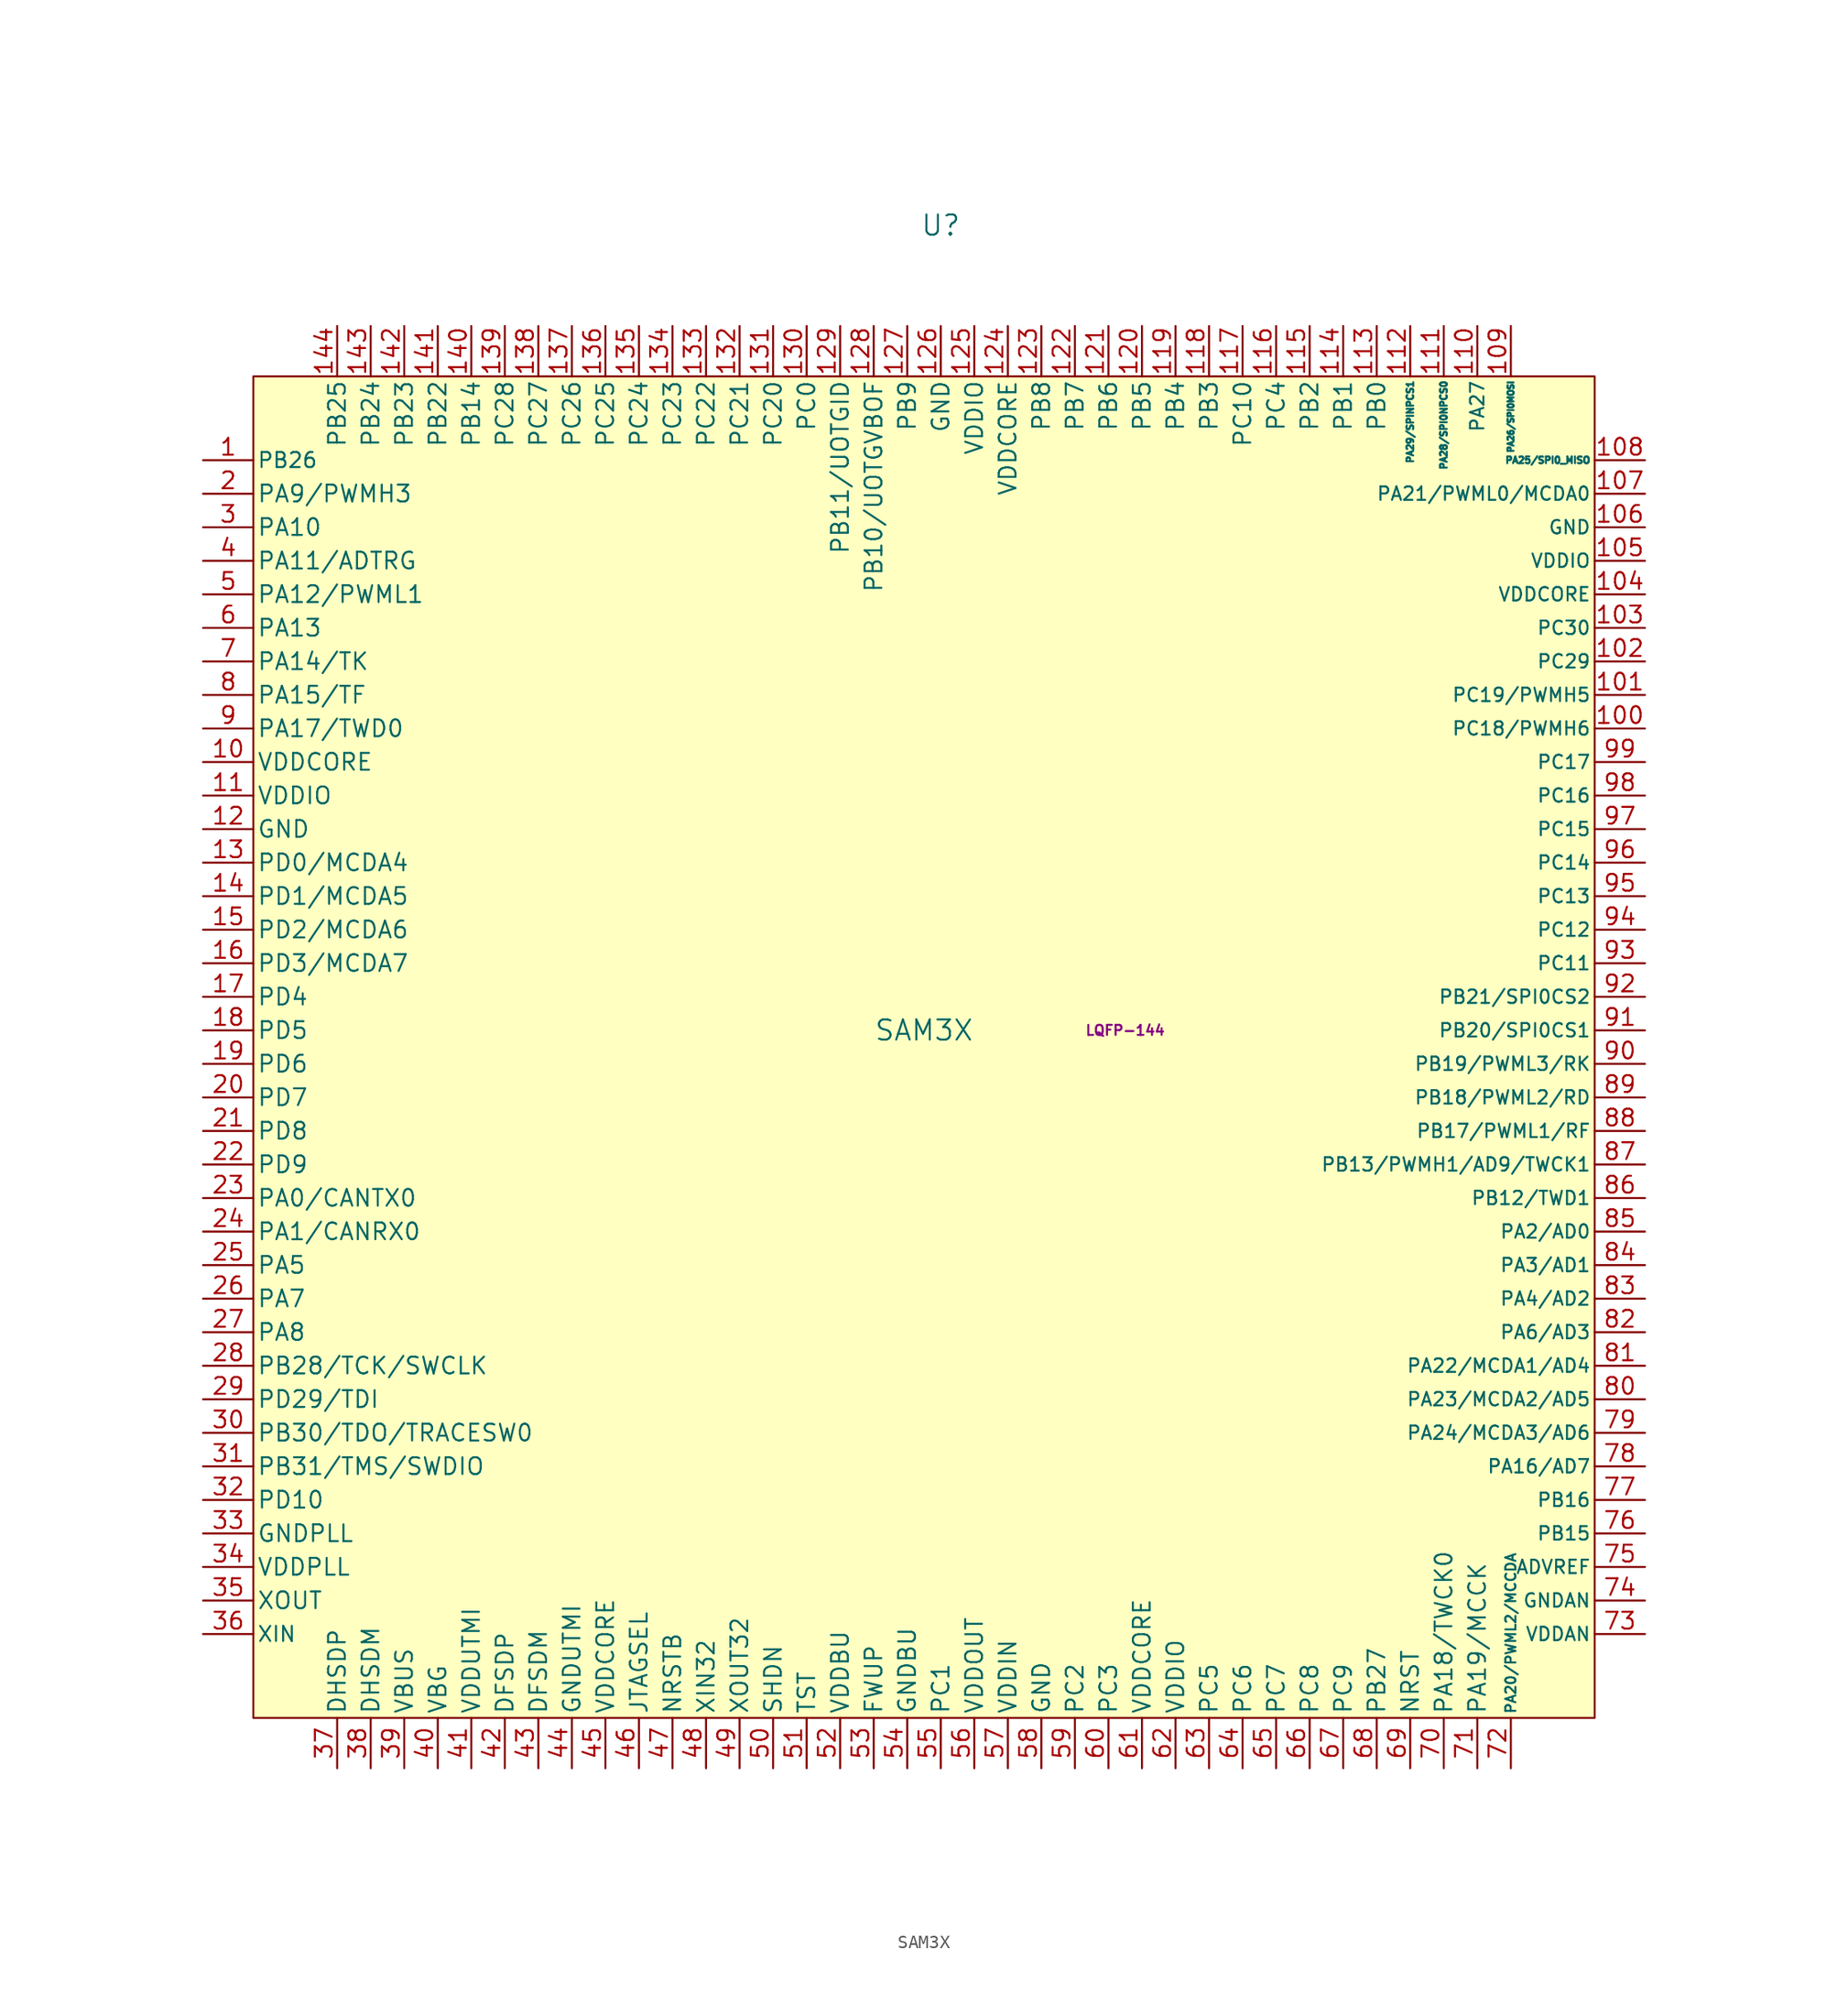
<source format=kicad_sym>
(kicad_symbol_lib
  (version 20220914)
  (generator kicad_symbol_editor)
  (symbol "SAM3X"
    (pin_names
      (offset 0.254))
    (property "Reference" "U"
      (at 1.27 62.23 0)
      (effects (font (size 1.524 1.524))))
    (property "Value" "SAM3X"
      (at 0 1.27 0)
      (effects (font (size 1.524 1.524))))
    (property "Footprint" "LQFP-144"
      (at 15.24 1.27 0)
      (effects (font (size 0.762 0.762))))
    (property "Datasheet" ""
      (at 0 0 0)
      (effects (font (size 1.524 1.524))))
    (symbol "SAM3X_0_1"
      (rectangle (start -50.8 50.8) (end 50.8 -50.8) (stroke (width 0) (type default)) (fill (type background))))
    (symbol "SAM3X_1_1"
      (pin input line (at -54.61 44.45 0) (length 3.81) (name "PB26" (effects (font (size 1.143 1.143)))) (number "1" (effects (font (size 1.27 1.27)))))
      (pin input line (at -54.61 21.59 0) (length 3.81) (name "VDDCORE" (effects (font (size 1.27 1.27)))) (number "10" (effects (font (size 1.27 1.27)))))
      (pin input line (at 54.61 24.13 180) (length 3.81) (name "PC18/PWMH6" (effects (font (size 1.016 1.016)))) (number "100" (effects (font (size 1.27 1.27)))))
      (pin input line (at 54.61 26.67 180) (length 3.81) (name "PC19/PWMH5" (effects (font (size 1.016 1.016)))) (number "101" (effects (font (size 1.27 1.27)))))
      (pin input line (at 54.61 29.21 180) (length 3.81) (name "PC29" (effects (font (size 1.016 1.016)))) (number "102" (effects (font (size 1.27 1.27)))))
      (pin input line (at 54.61 31.75 180) (length 3.81) (name "PC30" (effects (font (size 1.016 1.016)))) (number "103" (effects (font (size 1.27 1.27)))))
      (pin input line (at 54.61 34.29 180) (length 3.81) (name "VDDCORE" (effects (font (size 1.016 1.016)))) (number "104" (effects (font (size 1.27 1.27)))))
      (pin input line (at 54.61 36.83 180) (length 3.81) (name "VDDIO" (effects (font (size 1.016 1.016)))) (number "105" (effects (font (size 1.27 1.27)))))
      (pin input line (at 54.61 39.37 180) (length 3.81) (name "GND" (effects (font (size 1.016 1.016)))) (number "106" (effects (font (size 1.27 1.27)))))
      (pin input line (at 54.61 41.91 180) (length 3.81) (name "PA21/PWML0/MCDA0" (effects (font (size 1.016 1.016)))) (number "107" (effects (font (size 1.27 1.27)))))
      (pin input line (at 54.61 44.45 180) (length 3.81) (name "PA25/SPI0_MISO" (effects (font (size 0.508 0.508)))) (number "108" (effects (font (size 1.27 1.27)))))
      (pin input line (at 44.45 54.61 270) (length 3.81) (name "PA26/SPI0MOSI" (effects (font (size 0.457 0.457)))) (number "109" (effects (font (size 1.27 1.27)))))
      (pin input line (at -54.61 19.05 0) (length 3.81) (name "VDDIO" (effects (font (size 1.27 1.27)))) (number "11" (effects (font (size 1.27 1.27)))))
      (pin input line (at 41.91 54.61 270) (length 3.81) (name "PA27" (effects (font (size 1.016 1.016)))) (number "110" (effects (font (size 1.27 1.27)))))
      (pin input line (at 39.37 54.61 270) (length 3.81) (name "PA28/SPI0NPCS0" (effects (font (size 0.508 0.508)))) (number "111" (effects (font (size 1.27 1.27)))))
      (pin input line (at 36.83 54.61 270) (length 3.81) (name "PA29/SPINPCS1" (effects (font (size 0.508 0.508)))) (number "112" (effects (font (size 1.27 1.27)))))
      (pin input line (at 34.29 54.61 270) (length 3.81) (name "PB0" (effects (font (size 1.27 1.27)))) (number "113" (effects (font (size 1.27 1.27)))))
      (pin input line (at 31.75 54.61 270) (length 3.81) (name "PB1" (effects (font (size 1.27 1.27)))) (number "114" (effects (font (size 1.27 1.27)))))
      (pin input line (at 29.21 54.61 270) (length 3.81) (name "PB2" (effects (font (size 1.27 1.27)))) (number "115" (effects (font (size 1.27 1.27)))))
      (pin input line (at 26.67 54.61 270) (length 3.81) (name "PC4" (effects (font (size 1.27 1.27)))) (number "116" (effects (font (size 1.27 1.27)))))
      (pin input line (at 24.13 54.61 270) (length 3.81) (name "PC10" (effects (font (size 1.27 1.27)))) (number "117" (effects (font (size 1.27 1.27)))))
      (pin input line (at 21.59 54.61 270) (length 3.81) (name "PB3" (effects (font (size 1.27 1.27)))) (number "118" (effects (font (size 1.27 1.27)))))
      (pin input line (at 19.05 54.61 270) (length 3.81) (name "PB4" (effects (font (size 1.27 1.27)))) (number "119" (effects (font (size 1.27 1.27)))))
      (pin input line (at -54.61 16.51 0) (length 3.81) (name "GND" (effects (font (size 1.27 1.27)))) (number "12" (effects (font (size 1.27 1.27)))))
      (pin input line (at 16.51 54.61 270) (length 3.81) (name "PB5" (effects (font (size 1.27 1.27)))) (number "120" (effects (font (size 1.27 1.27)))))
      (pin input line (at 13.97 54.61 270) (length 3.81) (name "PB6" (effects (font (size 1.27 1.27)))) (number "121" (effects (font (size 1.27 1.27)))))
      (pin input line (at 11.43 54.61 270) (length 3.81) (name "PB7" (effects (font (size 1.27 1.27)))) (number "122" (effects (font (size 1.27 1.27)))))
      (pin input line (at 8.89 54.61 270) (length 3.81) (name "PB8" (effects (font (size 1.27 1.27)))) (number "123" (effects (font (size 1.27 1.27)))))
      (pin input line (at 6.35 54.61 270) (length 3.81) (name "VDDCORE" (effects (font (size 1.27 1.27)))) (number "124" (effects (font (size 1.27 1.27)))))
      (pin input line (at 3.81 54.61 270) (length 3.81) (name "VDDIO" (effects (font (size 1.27 1.27)))) (number "125" (effects (font (size 1.27 1.27)))))
      (pin input line (at 1.27 54.61 270) (length 3.81) (name "GND" (effects (font (size 1.27 1.27)))) (number "126" (effects (font (size 1.27 1.27)))))
      (pin input line (at -1.27 54.61 270) (length 3.81) (name "PB9" (effects (font (size 1.27 1.27)))) (number "127" (effects (font (size 1.27 1.27)))))
      (pin input line (at -3.81 54.61 270) (length 3.81) (name "PB10/UOTGVBOF" (effects (font (size 1.27 1.27)))) (number "128" (effects (font (size 1.27 1.27)))))
      (pin input line (at -6.35 54.61 270) (length 3.81) (name "PB11/UOTGID" (effects (font (size 1.27 1.27)))) (number "129" (effects (font (size 1.27 1.27)))))
      (pin input line (at -54.61 13.97 0) (length 3.81) (name "PD0/MCDA4" (effects (font (size 1.27 1.27)))) (number "13" (effects (font (size 1.27 1.27)))))
      (pin input line (at -8.89 54.61 270) (length 3.81) (name "PC0" (effects (font (size 1.27 1.27)))) (number "130" (effects (font (size 1.27 1.27)))))
      (pin input line (at -11.43 54.61 270) (length 3.81) (name "PC20" (effects (font (size 1.27 1.27)))) (number "131" (effects (font (size 1.27 1.27)))))
      (pin input line (at -13.97 54.61 270) (length 3.81) (name "PC21" (effects (font (size 1.27 1.27)))) (number "132" (effects (font (size 1.27 1.27)))))
      (pin input line (at -16.51 54.61 270) (length 3.81) (name "PC22" (effects (font (size 1.27 1.27)))) (number "133" (effects (font (size 1.27 1.27)))))
      (pin input line (at -19.05 54.61 270) (length 3.81) (name "PC23" (effects (font (size 1.27 1.27)))) (number "134" (effects (font (size 1.27 1.27)))))
      (pin input line (at -21.59 54.61 270) (length 3.81) (name "PC24" (effects (font (size 1.27 1.27)))) (number "135" (effects (font (size 1.27 1.27)))))
      (pin input line (at -24.13 54.61 270) (length 3.81) (name "PC25" (effects (font (size 1.27 1.27)))) (number "136" (effects (font (size 1.27 1.27)))))
      (pin input line (at -26.67 54.61 270) (length 3.81) (name "PC26" (effects (font (size 1.27 1.27)))) (number "137" (effects (font (size 1.27 1.27)))))
      (pin input line (at -29.21 54.61 270) (length 3.81) (name "PC27" (effects (font (size 1.27 1.27)))) (number "138" (effects (font (size 1.27 1.27)))))
      (pin input line (at -31.75 54.61 270) (length 3.81) (name "PC28" (effects (font (size 1.27 1.27)))) (number "139" (effects (font (size 1.27 1.27)))))
      (pin input line (at -54.61 11.43 0) (length 3.81) (name "PD1/MCDA5" (effects (font (size 1.27 1.27)))) (number "14" (effects (font (size 1.27 1.27)))))
      (pin input line (at -34.29 54.61 270) (length 3.81) (name "PB14" (effects (font (size 1.27 1.27)))) (number "140" (effects (font (size 1.27 1.27)))))
      (pin input line (at -36.83 54.61 270) (length 3.81) (name "PB22" (effects (font (size 1.27 1.27)))) (number "141" (effects (font (size 1.27 1.27)))))
      (pin input line (at -39.37 54.61 270) (length 3.81) (name "PB23" (effects (font (size 1.27 1.27)))) (number "142" (effects (font (size 1.27 1.27)))))
      (pin input line (at -41.91 54.61 270) (length 3.81) (name "PB24" (effects (font (size 1.27 1.27)))) (number "143" (effects (font (size 1.27 1.27)))))
      (pin input line (at -44.45 54.61 270) (length 3.81) (name "PB25" (effects (font (size 1.27 1.27)))) (number "144" (effects (font (size 1.27 1.27)))))
      (pin input line (at -54.61 8.89 0) (length 3.81) (name "PD2/MCDA6" (effects (font (size 1.27 1.27)))) (number "15" (effects (font (size 1.27 1.27)))))
      (pin input line (at -54.61 6.35 0) (length 3.81) (name "PD3/MCDA7" (effects (font (size 1.27 1.27)))) (number "16" (effects (font (size 1.27 1.27)))))
      (pin input line (at -54.61 3.81 0) (length 3.81) (name "PD4" (effects (font (size 1.27 1.27)))) (number "17" (effects (font (size 1.27 1.27)))))
      (pin input line (at -54.61 1.27 0) (length 3.81) (name "PD5" (effects (font (size 1.27 1.27)))) (number "18" (effects (font (size 1.27 1.27)))))
      (pin input line (at -54.61 -1.27 0) (length 3.81) (name "PD6" (effects (font (size 1.27 1.27)))) (number "19" (effects (font (size 1.27 1.27)))))
      (pin input line (at -54.61 41.91 0) (length 3.81) (name "PA9/PWMH3" (effects (font (size 1.27 1.27)))) (number "2" (effects (font (size 1.27 1.27)))))
      (pin input line (at -54.61 -3.81 0) (length 3.81) (name "PD7" (effects (font (size 1.27 1.27)))) (number "20" (effects (font (size 1.27 1.27)))))
      (pin input line (at -54.61 -6.35 0) (length 3.81) (name "PD8" (effects (font (size 1.27 1.27)))) (number "21" (effects (font (size 1.27 1.27)))))
      (pin input line (at -54.61 -8.89 0) (length 3.81) (name "PD9" (effects (font (size 1.27 1.27)))) (number "22" (effects (font (size 1.27 1.27)))))
      (pin input line (at -54.61 -11.43 0) (length 3.81) (name "PA0/CANTX0" (effects (font (size 1.27 1.27)))) (number "23" (effects (font (size 1.27 1.27)))))
      (pin input line (at -54.61 -13.97 0) (length 3.81) (name "PA1/CANRX0" (effects (font (size 1.27 1.27)))) (number "24" (effects (font (size 1.27 1.27)))))
      (pin input line (at -54.61 -16.51 0) (length 3.81) (name "PA5" (effects (font (size 1.27 1.27)))) (number "25" (effects (font (size 1.27 1.27)))))
      (pin input line (at -54.61 -19.05 0) (length 3.81) (name "PA7" (effects (font (size 1.27 1.27)))) (number "26" (effects (font (size 1.27 1.27)))))
      (pin input line (at -54.61 -21.59 0) (length 3.81) (name "PA8" (effects (font (size 1.27 1.27)))) (number "27" (effects (font (size 1.27 1.27)))))
      (pin input line (at -54.61 -24.13 0) (length 3.81) (name "PB28/TCK/SWCLK" (effects (font (size 1.27 1.27)))) (number "28" (effects (font (size 1.27 1.27)))))
      (pin input line (at -54.61 -26.67 0) (length 3.81) (name "PD29/TDI" (effects (font (size 1.27 1.27)))) (number "29" (effects (font (size 1.27 1.27)))))
      (pin input line (at -54.61 39.37 0) (length 3.81) (name "PA10" (effects (font (size 1.27 1.27)))) (number "3" (effects (font (size 1.27 1.27)))))
      (pin input line (at -54.61 -29.21 0) (length 3.81) (name "PB30/TDO/TRACESW0" (effects (font (size 1.27 1.27)))) (number "30" (effects (font (size 1.27 1.27)))))
      (pin input line (at -54.61 -31.75 0) (length 3.81) (name "PB31/TMS/SWDIO" (effects (font (size 1.27 1.27)))) (number "31" (effects (font (size 1.27 1.27)))))
      (pin input line (at -54.61 -34.29 0) (length 3.81) (name "PD10" (effects (font (size 1.27 1.27)))) (number "32" (effects (font (size 1.27 1.27)))))
      (pin input line (at -54.61 -36.83 0) (length 3.81) (name "GNDPLL" (effects (font (size 1.27 1.27)))) (number "33" (effects (font (size 1.27 1.27)))))
      (pin input line (at -54.61 -39.37 0) (length 3.81) (name "VDDPLL" (effects (font (size 1.27 1.27)))) (number "34" (effects (font (size 1.27 1.27)))))
      (pin input line (at -54.61 -41.91 0) (length 3.81) (name "XOUT" (effects (font (size 1.27 1.27)))) (number "35" (effects (font (size 1.27 1.27)))))
      (pin input line (at -54.61 -44.45 0) (length 3.81) (name "XIN" (effects (font (size 1.143 1.143)))) (number "36" (effects (font (size 1.27 1.27)))))
      (pin input line (at -44.45 -54.61 90) (length 3.81) (name "DHSDP" (effects (font (size 1.27 1.27)))) (number "37" (effects (font (size 1.27 1.27)))))
      (pin input line (at -41.91 -54.61 90) (length 3.81) (name "DHSDM" (effects (font (size 1.27 1.27)))) (number "38" (effects (font (size 1.27 1.27)))))
      (pin input line (at -39.37 -54.61 90) (length 3.81) (name "VBUS" (effects (font (size 1.27 1.27)))) (number "39" (effects (font (size 1.27 1.27)))))
      (pin input line (at -54.61 36.83 0) (length 3.81) (name "PA11/ADTRG" (effects (font (size 1.27 1.27)))) (number "4" (effects (font (size 1.27 1.27)))))
      (pin input line (at -36.83 -54.61 90) (length 3.81) (name "VBG" (effects (font (size 1.27 1.27)))) (number "40" (effects (font (size 1.27 1.27)))))
      (pin input line (at -34.29 -54.61 90) (length 3.81) (name "VDDUTMI" (effects (font (size 1.27 1.27)))) (number "41" (effects (font (size 1.27 1.27)))))
      (pin input line (at -31.75 -54.61 90) (length 3.81) (name "DFSDP" (effects (font (size 1.27 1.27)))) (number "42" (effects (font (size 1.27 1.27)))))
      (pin input line (at -29.21 -54.61 90) (length 3.81) (name "DFSDM" (effects (font (size 1.27 1.27)))) (number "43" (effects (font (size 1.27 1.27)))))
      (pin input line (at -26.67 -54.61 90) (length 3.81) (name "GNDUTMI" (effects (font (size 1.27 1.27)))) (number "44" (effects (font (size 1.27 1.27)))))
      (pin input line (at -24.13 -54.61 90) (length 3.81) (name "VDDCORE" (effects (font (size 1.27 1.27)))) (number "45" (effects (font (size 1.27 1.27)))))
      (pin input line (at -21.59 -54.61 90) (length 3.81) (name "JTAGSEL" (effects (font (size 1.27 1.27)))) (number "46" (effects (font (size 1.27 1.27)))))
      (pin input line (at -19.05 -54.61 90) (length 3.81) (name "NRSTB" (effects (font (size 1.27 1.27)))) (number "47" (effects (font (size 1.27 1.27)))))
      (pin input line (at -16.51 -54.61 90) (length 3.81) (name "XIN32" (effects (font (size 1.27 1.27)))) (number "48" (effects (font (size 1.27 1.27)))))
      (pin input line (at -13.97 -54.61 90) (length 3.81) (name "XOUT32" (effects (font (size 1.27 1.27)))) (number "49" (effects (font (size 1.27 1.27)))))
      (pin input line (at -54.61 34.29 0) (length 3.81) (name "PA12/PWML1" (effects (font (size 1.27 1.27)))) (number "5" (effects (font (size 1.27 1.27)))))
      (pin input line (at -11.43 -54.61 90) (length 3.81) (name "SHDN" (effects (font (size 1.27 1.27)))) (number "50" (effects (font (size 1.27 1.27)))))
      (pin input line (at -8.89 -54.61 90) (length 3.81) (name "TST" (effects (font (size 1.27 1.27)))) (number "51" (effects (font (size 1.27 1.27)))))
      (pin input line (at -6.35 -54.61 90) (length 3.81) (name "VDDBU" (effects (font (size 1.27 1.27)))) (number "52" (effects (font (size 1.27 1.27)))))
      (pin input line (at -3.81 -54.61 90) (length 3.81) (name "FWUP" (effects (font (size 1.27 1.27)))) (number "53" (effects (font (size 1.27 1.27)))))
      (pin input line (at -1.27 -54.61 90) (length 3.81) (name "GNDBU" (effects (font (size 1.27 1.27)))) (number "54" (effects (font (size 1.27 1.27)))))
      (pin input line (at 1.27 -54.61 90) (length 3.81) (name "PC1" (effects (font (size 1.27 1.27)))) (number "55" (effects (font (size 1.27 1.27)))))
      (pin input line (at 3.81 -54.61 90) (length 3.81) (name "VDDOUT" (effects (font (size 1.27 1.27)))) (number "56" (effects (font (size 1.27 1.27)))))
      (pin input line (at 6.35 -54.61 90) (length 3.81) (name "VDDIN" (effects (font (size 1.27 1.27)))) (number "57" (effects (font (size 1.27 1.27)))))
      (pin input line (at 8.89 -54.61 90) (length 3.81) (name "GND" (effects (font (size 1.27 1.27)))) (number "58" (effects (font (size 1.27 1.27)))))
      (pin input line (at 11.43 -54.61 90) (length 3.81) (name "PC2" (effects (font (size 1.27 1.27)))) (number "59" (effects (font (size 1.27 1.27)))))
      (pin input line (at -54.61 31.75 0) (length 3.81) (name "PA13" (effects (font (size 1.27 1.27)))) (number "6" (effects (font (size 1.27 1.27)))))
      (pin input line (at 13.97 -54.61 90) (length 3.81) (name "PC3" (effects (font (size 1.27 1.27)))) (number "60" (effects (font (size 1.27 1.27)))))
      (pin input line (at 16.51 -54.61 90) (length 3.81) (name "VDDCORE" (effects (font (size 1.27 1.27)))) (number "61" (effects (font (size 1.27 1.27)))))
      (pin input line (at 19.05 -54.61 90) (length 3.81) (name "VDDIO" (effects (font (size 1.27 1.27)))) (number "62" (effects (font (size 1.27 1.27)))))
      (pin input line (at 21.59 -54.61 90) (length 3.81) (name "PC5" (effects (font (size 1.27 1.27)))) (number "63" (effects (font (size 1.27 1.27)))))
      (pin input line (at 24.13 -54.61 90) (length 3.81) (name "PC6" (effects (font (size 1.27 1.27)))) (number "64" (effects (font (size 1.27 1.27)))))
      (pin input line (at 26.67 -54.61 90) (length 3.81) (name "PC7" (effects (font (size 1.27 1.27)))) (number "65" (effects (font (size 1.27 1.27)))))
      (pin input line (at 29.21 -54.61 90) (length 3.81) (name "PC8" (effects (font (size 1.27 1.27)))) (number "66" (effects (font (size 1.27 1.27)))))
      (pin input line (at 31.75 -54.61 90) (length 3.81) (name "PC9" (effects (font (size 1.27 1.27)))) (number "67" (effects (font (size 1.27 1.27)))))
      (pin input line (at 34.29 -54.61 90) (length 3.81) (name "PB27" (effects (font (size 1.27 1.27)))) (number "68" (effects (font (size 1.27 1.27)))))
      (pin input line (at 36.83 -54.61 90) (length 3.81) (name "NRST" (effects (font (size 1.27 1.27)))) (number "69" (effects (font (size 1.27 1.27)))))
      (pin input line (at -54.61 29.21 0) (length 3.81) (name "PA14/TK" (effects (font (size 1.27 1.27)))) (number "7" (effects (font (size 1.27 1.27)))))
      (pin input line (at 39.37 -54.61 90) (length 3.81) (name "PA18/TWCK0" (effects (font (size 1.27 1.27)))) (number "70" (effects (font (size 1.27 1.27)))))
      (pin input line (at 41.91 -54.61 90) (length 3.81) (name "PA19/MCCK" (effects (font (size 1.27 1.27)))) (number "71" (effects (font (size 1.27 1.27)))))
      (pin input line (at 44.45 -54.61 90) (length 3.81) (name "PA20/PWML2/MCCDA" (effects (font (size 0.762 0.762)))) (number "72" (effects (font (size 1.27 1.27)))))
      (pin input line (at 54.61 -44.45 180) (length 3.81) (name "VDDAN" (effects (font (size 1.016 1.016)))) (number "73" (effects (font (size 1.27 1.27)))))
      (pin input line (at 54.61 -41.91 180) (length 3.81) (name "GNDAN" (effects (font (size 1.016 1.016)))) (number "74" (effects (font (size 1.27 1.27)))))
      (pin input line (at 54.61 -39.37 180) (length 3.81) (name "ADVREF" (effects (font (size 1.016 1.016)))) (number "75" (effects (font (size 1.27 1.27)))))
      (pin input line (at 54.61 -36.83 180) (length 3.81) (name "PB15" (effects (font (size 1.016 1.016)))) (number "76" (effects (font (size 1.27 1.27)))))
      (pin input line (at 54.61 -34.29 180) (length 3.81) (name "PB16" (effects (font (size 1.016 1.016)))) (number "77" (effects (font (size 1.27 1.27)))))
      (pin input line (at 54.61 -31.75 180) (length 3.81) (name "PA16/AD7" (effects (font (size 1.016 1.016)))) (number "78" (effects (font (size 1.27 1.27)))))
      (pin input line (at 54.61 -29.21 180) (length 3.81) (name "PA24/MCDA3/AD6" (effects (font (size 1.016 1.016)))) (number "79" (effects (font (size 1.27 1.27)))))
      (pin input line (at -54.61 26.67 0) (length 3.81) (name "PA15/TF" (effects (font (size 1.27 1.27)))) (number "8" (effects (font (size 1.27 1.27)))))
      (pin input line (at 54.61 -26.67 180) (length 3.81) (name "PA23/MCDA2/AD5" (effects (font (size 1.016 1.016)))) (number "80" (effects (font (size 1.27 1.27)))))
      (pin input line (at 54.61 -24.13 180) (length 3.81) (name "PA22/MCDA1/AD4" (effects (font (size 1.016 1.016)))) (number "81" (effects (font (size 1.27 1.27)))))
      (pin input line (at 54.61 -21.59 180) (length 3.81) (name "PA6/AD3" (effects (font (size 1.016 1.016)))) (number "82" (effects (font (size 1.27 1.27)))))
      (pin input line (at 54.61 -19.05 180) (length 3.81) (name "PA4/AD2" (effects (font (size 1.016 1.016)))) (number "83" (effects (font (size 1.27 1.27)))))
      (pin input line (at 54.61 -16.51 180) (length 3.81) (name "PA3/AD1" (effects (font (size 1.016 1.016)))) (number "84" (effects (font (size 1.27 1.27)))))
      (pin input line (at 54.61 -13.97 180) (length 3.81) (name "PA2/AD0" (effects (font (size 1.016 1.016)))) (number "85" (effects (font (size 1.27 1.27)))))
      (pin input line (at 54.61 -11.43 180) (length 3.81) (name "PB12/TWD1" (effects (font (size 1.016 1.016)))) (number "86" (effects (font (size 1.27 1.27)))))
      (pin input line (at 54.61 -8.89 180) (length 3.81) (name "PB13/PWMH1/AD9/TWCK1" (effects (font (size 1.016 1.016)))) (number "87" (effects (font (size 1.27 1.27)))))
      (pin input line (at 54.61 -6.35 180) (length 3.81) (name "PB17/PWML1/RF" (effects (font (size 1.016 1.016)))) (number "88" (effects (font (size 1.27 1.27)))))
      (pin input line (at 54.61 -3.81 180) (length 3.81) (name "PB18/PWML2/RD" (effects (font (size 1.016 1.016)))) (number "89" (effects (font (size 1.27 1.27)))))
      (pin input line (at -54.61 24.13 0) (length 3.81) (name "PA17/TWD0" (effects (font (size 1.27 1.27)))) (number "9" (effects (font (size 1.27 1.27)))))
      (pin input line (at 54.61 -1.27 180) (length 3.81) (name "PB19/PWML3/RK" (effects (font (size 1.016 1.016)))) (number "90" (effects (font (size 1.27 1.27)))))
      (pin input line (at 54.61 1.27 180) (length 3.81) (name "PB20/SPI0CS1" (effects (font (size 1.016 1.016)))) (number "91" (effects (font (size 1.27 1.27)))))
      (pin input line (at 54.61 3.81 180) (length 3.81) (name "PB21/SPI0CS2" (effects (font (size 1.016 1.016)))) (number "92" (effects (font (size 1.27 1.27)))))
      (pin input line (at 54.61 6.35 180) (length 3.81) (name "PC11" (effects (font (size 1.016 1.016)))) (number "93" (effects (font (size 1.27 1.27)))))
      (pin input line (at 54.61 8.89 180) (length 3.81) (name "PC12" (effects (font (size 1.016 1.016)))) (number "94" (effects (font (size 1.27 1.27)))))
      (pin input line (at 54.61 11.43 180) (length 3.81) (name "PC13" (effects (font (size 1.016 1.016)))) (number "95" (effects (font (size 1.27 1.27)))))
      (pin input line (at 54.61 13.97 180) (length 3.81) (name "PC14" (effects (font (size 1.016 1.016)))) (number "96" (effects (font (size 1.27 1.27)))))
      (pin input line (at 54.61 16.51 180) (length 3.81) (name "PC15" (effects (font (size 1.016 1.016)))) (number "97" (effects (font (size 1.27 1.27)))))
      (pin input line (at 54.61 19.05 180) (length 3.81) (name "PC16" (effects (font (size 1.016 1.016)))) (number "98" (effects (font (size 1.27 1.27)))))
      (pin input line (at 54.61 21.59 180) (length 3.81) (name "PC17" (effects (font (size 1.016 1.016)))) (number "99" (effects (font (size 1.27 1.27))))))))
</source>
